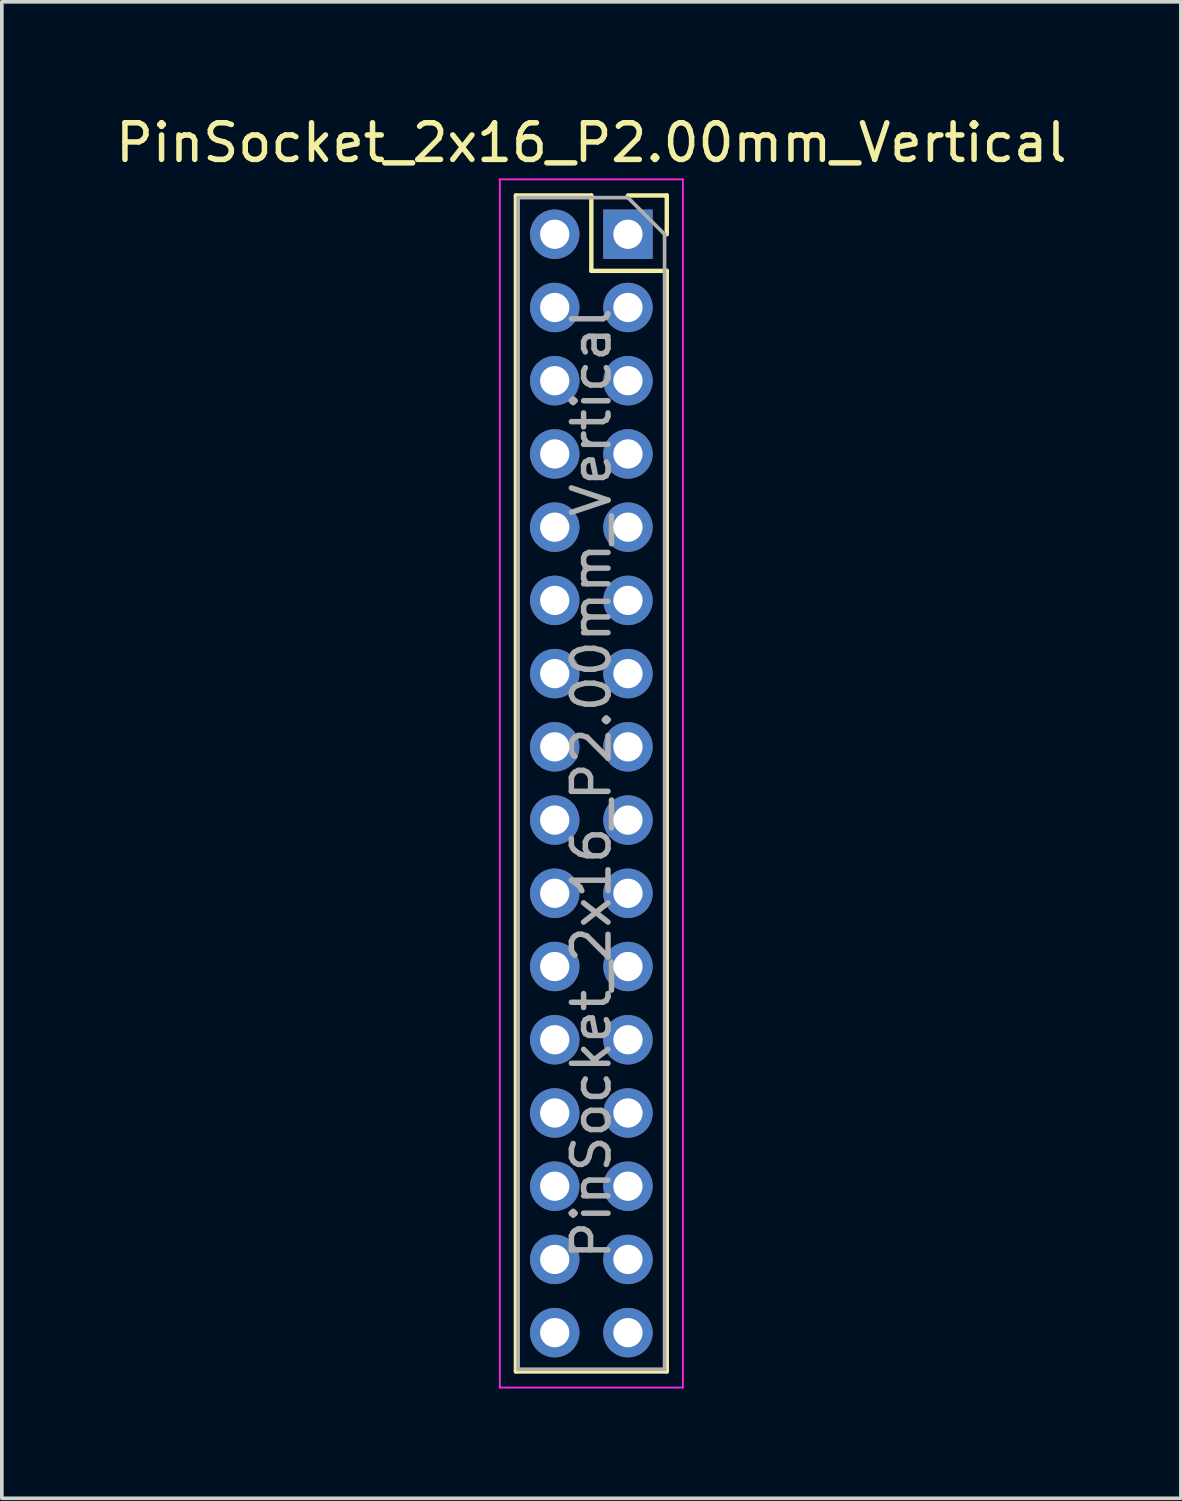
<source format=kicad_pcb>
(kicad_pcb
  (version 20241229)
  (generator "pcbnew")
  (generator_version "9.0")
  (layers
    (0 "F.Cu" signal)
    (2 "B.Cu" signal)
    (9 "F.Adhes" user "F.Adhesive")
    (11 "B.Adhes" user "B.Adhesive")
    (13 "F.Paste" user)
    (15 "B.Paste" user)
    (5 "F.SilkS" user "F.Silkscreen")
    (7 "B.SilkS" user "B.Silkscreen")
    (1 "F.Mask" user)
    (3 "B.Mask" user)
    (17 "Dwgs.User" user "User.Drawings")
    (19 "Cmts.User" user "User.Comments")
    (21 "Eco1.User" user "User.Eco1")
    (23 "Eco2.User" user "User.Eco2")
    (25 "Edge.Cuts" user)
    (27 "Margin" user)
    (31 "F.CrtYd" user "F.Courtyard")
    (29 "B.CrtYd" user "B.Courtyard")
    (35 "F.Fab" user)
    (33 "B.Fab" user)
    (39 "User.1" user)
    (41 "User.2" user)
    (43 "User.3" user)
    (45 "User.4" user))
  (footprint "PinSocket_2x16_P2.00mm_Vertical"
    (layer "F.Cu")
    (at 14.101 3.348)
    (property "Reference" "PinSocket_2x16_P2.00mm_Vertical" (at -1 -2.5 0) (layer "F.SilkS") (effects (font (size 1 1) (thickness 0.15))))
    (attr through_hole)
    (fp_line (start -3.06 -1.06) (end -3.06 31.06) (stroke (width 0.12) (type solid)) (layer "F.SilkS"))
    (fp_line (start -3.06 -1.06) (end -1 -1.06) (stroke (width 0.12) (type solid)) (layer "F.SilkS"))
    (fp_line (start -3.06 31.06) (end 1.06 31.06) (stroke (width 0.12) (type solid)) (layer "F.SilkS"))
    (fp_line (start -1 -1.06) (end -1 1) (stroke (width 0.12) (type solid)) (layer "F.SilkS"))
    (fp_line (start -1 1) (end 1.06 1) (stroke (width 0.12) (type solid)) (layer "F.SilkS"))
    (fp_line (start 0 -1.06) (end 1.06 -1.06) (stroke (width 0.12) (type solid)) (layer "F.SilkS"))
    (fp_line (start 1.06 -1.06) (end 1.06 0) (stroke (width 0.12) (type solid)) (layer "F.SilkS"))
    (fp_line (start 1.06 1) (end 1.06 31.06) (stroke (width 0.12) (type solid)) (layer "F.SilkS"))
    (fp_line (start -3.5 -1.5) (end 1.5 -1.5) (stroke (width 0.05) (type solid)) (layer "F.CrtYd"))
    (fp_line (start -3.5 31.5) (end -3.5 -1.5) (stroke (width 0.05) (type solid)) (layer "F.CrtYd"))
    (fp_line (start 1.5 -1.5) (end 1.5 31.5) (stroke (width 0.05) (type solid)) (layer "F.CrtYd"))
    (fp_line (start 1.5 31.5) (end -3.5 31.5) (stroke (width 0.05) (type solid)) (layer "F.CrtYd"))
    (fp_line (start -3 -1) (end 0 -1) (stroke (width 0.1) (type solid)) (layer "F.Fab"))
    (fp_line (start -3 31) (end -3 -1) (stroke (width 0.1) (type solid)) (layer "F.Fab"))
    (fp_line (start 0 -1) (end 1 0) (stroke (width 0.1) (type solid)) (layer "F.Fab"))
    (fp_line (start 1 0) (end 1 31) (stroke (width 0.1) (type solid)) (layer "F.Fab"))
    (fp_line (start 1 31) (end -3 31) (stroke (width 0.1) (type solid)) (layer "F.Fab"))
    (fp_text user "${REFERENCE}" (at -1 15 90) (layer "F.Fab") (effects (font (size 1 1) (thickness 0.15))))
    (pad "1" thru_hole rect (at 0 0) (size 1.35 1.35) (drill 0.8) (layers "*.Cu" "*.Mask"))
    (pad "2" thru_hole oval (at -2 0) (size 1.35 1.35) (drill 0.8) (layers "*.Cu" "*.Mask"))
    (pad "3" thru_hole oval (at 0 2) (size 1.35 1.35) (drill 0.8) (layers "*.Cu" "*.Mask"))
    (pad "4" thru_hole oval (at -2 2) (size 1.35 1.35) (drill 0.8) (layers "*.Cu" "*.Mask"))
    (pad "5" thru_hole oval (at 0 4) (size 1.35 1.35) (drill 0.8) (layers "*.Cu" "*.Mask"))
    (pad "6" thru_hole oval (at -2 4) (size 1.35 1.35) (drill 0.8) (layers "*.Cu" "*.Mask"))
    (pad "7" thru_hole oval (at 0 6) (size 1.35 1.35) (drill 0.8) (layers "*.Cu" "*.Mask"))
    (pad "8" thru_hole oval (at -2 6) (size 1.35 1.35) (drill 0.8) (layers "*.Cu" "*.Mask"))
    (pad "9" thru_hole oval (at 0 8) (size 1.35 1.35) (drill 0.8) (layers "*.Cu" "*.Mask"))
    (pad "10" thru_hole oval (at -2 8) (size 1.35 1.35) (drill 0.8) (layers "*.Cu" "*.Mask"))
    (pad "11" thru_hole oval (at 0 10) (size 1.35 1.35) (drill 0.8) (layers "*.Cu" "*.Mask"))
    (pad "12" thru_hole oval (at -2 10) (size 1.35 1.35) (drill 0.8) (layers "*.Cu" "*.Mask"))
    (pad "13" thru_hole oval (at 0 12) (size 1.35 1.35) (drill 0.8) (layers "*.Cu" "*.Mask"))
    (pad "14" thru_hole oval (at -2 12) (size 1.35 1.35) (drill 0.8) (layers "*.Cu" "*.Mask"))
    (pad "15" thru_hole oval (at 0 14) (size 1.35 1.35) (drill 0.8) (layers "*.Cu" "*.Mask"))
    (pad "16" thru_hole oval (at -2 14) (size 1.35 1.35) (drill 0.8) (layers "*.Cu" "*.Mask"))
    (pad "17" thru_hole oval (at 0 16) (size 1.35 1.35) (drill 0.8) (layers "*.Cu" "*.Mask"))
    (pad "18" thru_hole oval (at -2 16) (size 1.35 1.35) (drill 0.8) (layers "*.Cu" "*.Mask"))
    (pad "19" thru_hole oval (at 0 18) (size 1.35 1.35) (drill 0.8) (layers "*.Cu" "*.Mask"))
    (pad "20" thru_hole oval (at -2 18) (size 1.35 1.35) (drill 0.8) (layers "*.Cu" "*.Mask"))
    (pad "21" thru_hole oval (at 0 20) (size 1.35 1.35) (drill 0.8) (layers "*.Cu" "*.Mask"))
    (pad "22" thru_hole oval (at -2 20) (size 1.35 1.35) (drill 0.8) (layers "*.Cu" "*.Mask"))
    (pad "23" thru_hole oval (at 0 22) (size 1.35 1.35) (drill 0.8) (layers "*.Cu" "*.Mask"))
    (pad "24" thru_hole oval (at -2 22) (size 1.35 1.35) (drill 0.8) (layers "*.Cu" "*.Mask"))
    (pad "25" thru_hole oval (at 0 24) (size 1.35 1.35) (drill 0.8) (layers "*.Cu" "*.Mask"))
    (pad "26" thru_hole oval (at -2 24) (size 1.35 1.35) (drill 0.8) (layers "*.Cu" "*.Mask"))
    (pad "27" thru_hole oval (at 0 26) (size 1.35 1.35) (drill 0.8) (layers "*.Cu" "*.Mask"))
    (pad "28" thru_hole oval (at -2 26) (size 1.35 1.35) (drill 0.8) (layers "*.Cu" "*.Mask"))
    (pad "29" thru_hole oval (at 0 28) (size 1.35 1.35) (drill 0.8) (layers "*.Cu" "*.Mask"))
    (pad "30" thru_hole oval (at -2 28) (size 1.35 1.35) (drill 0.8) (layers "*.Cu" "*.Mask"))
    (pad "31" thru_hole oval (at 0 30) (size 1.35 1.35) (drill 0.8) (layers "*.Cu" "*.Mask"))
    (pad "32" thru_hole oval (at -2 30) (size 1.35 1.35) (drill 0.8) (layers "*.Cu" "*.Mask")))
  (gr_rect
    (start -3 -3)
    (end 29.202 37.873)
    (stroke (width 0.1) (type default))
    (fill no)
    (layer "Edge.Cuts")))
</source>
